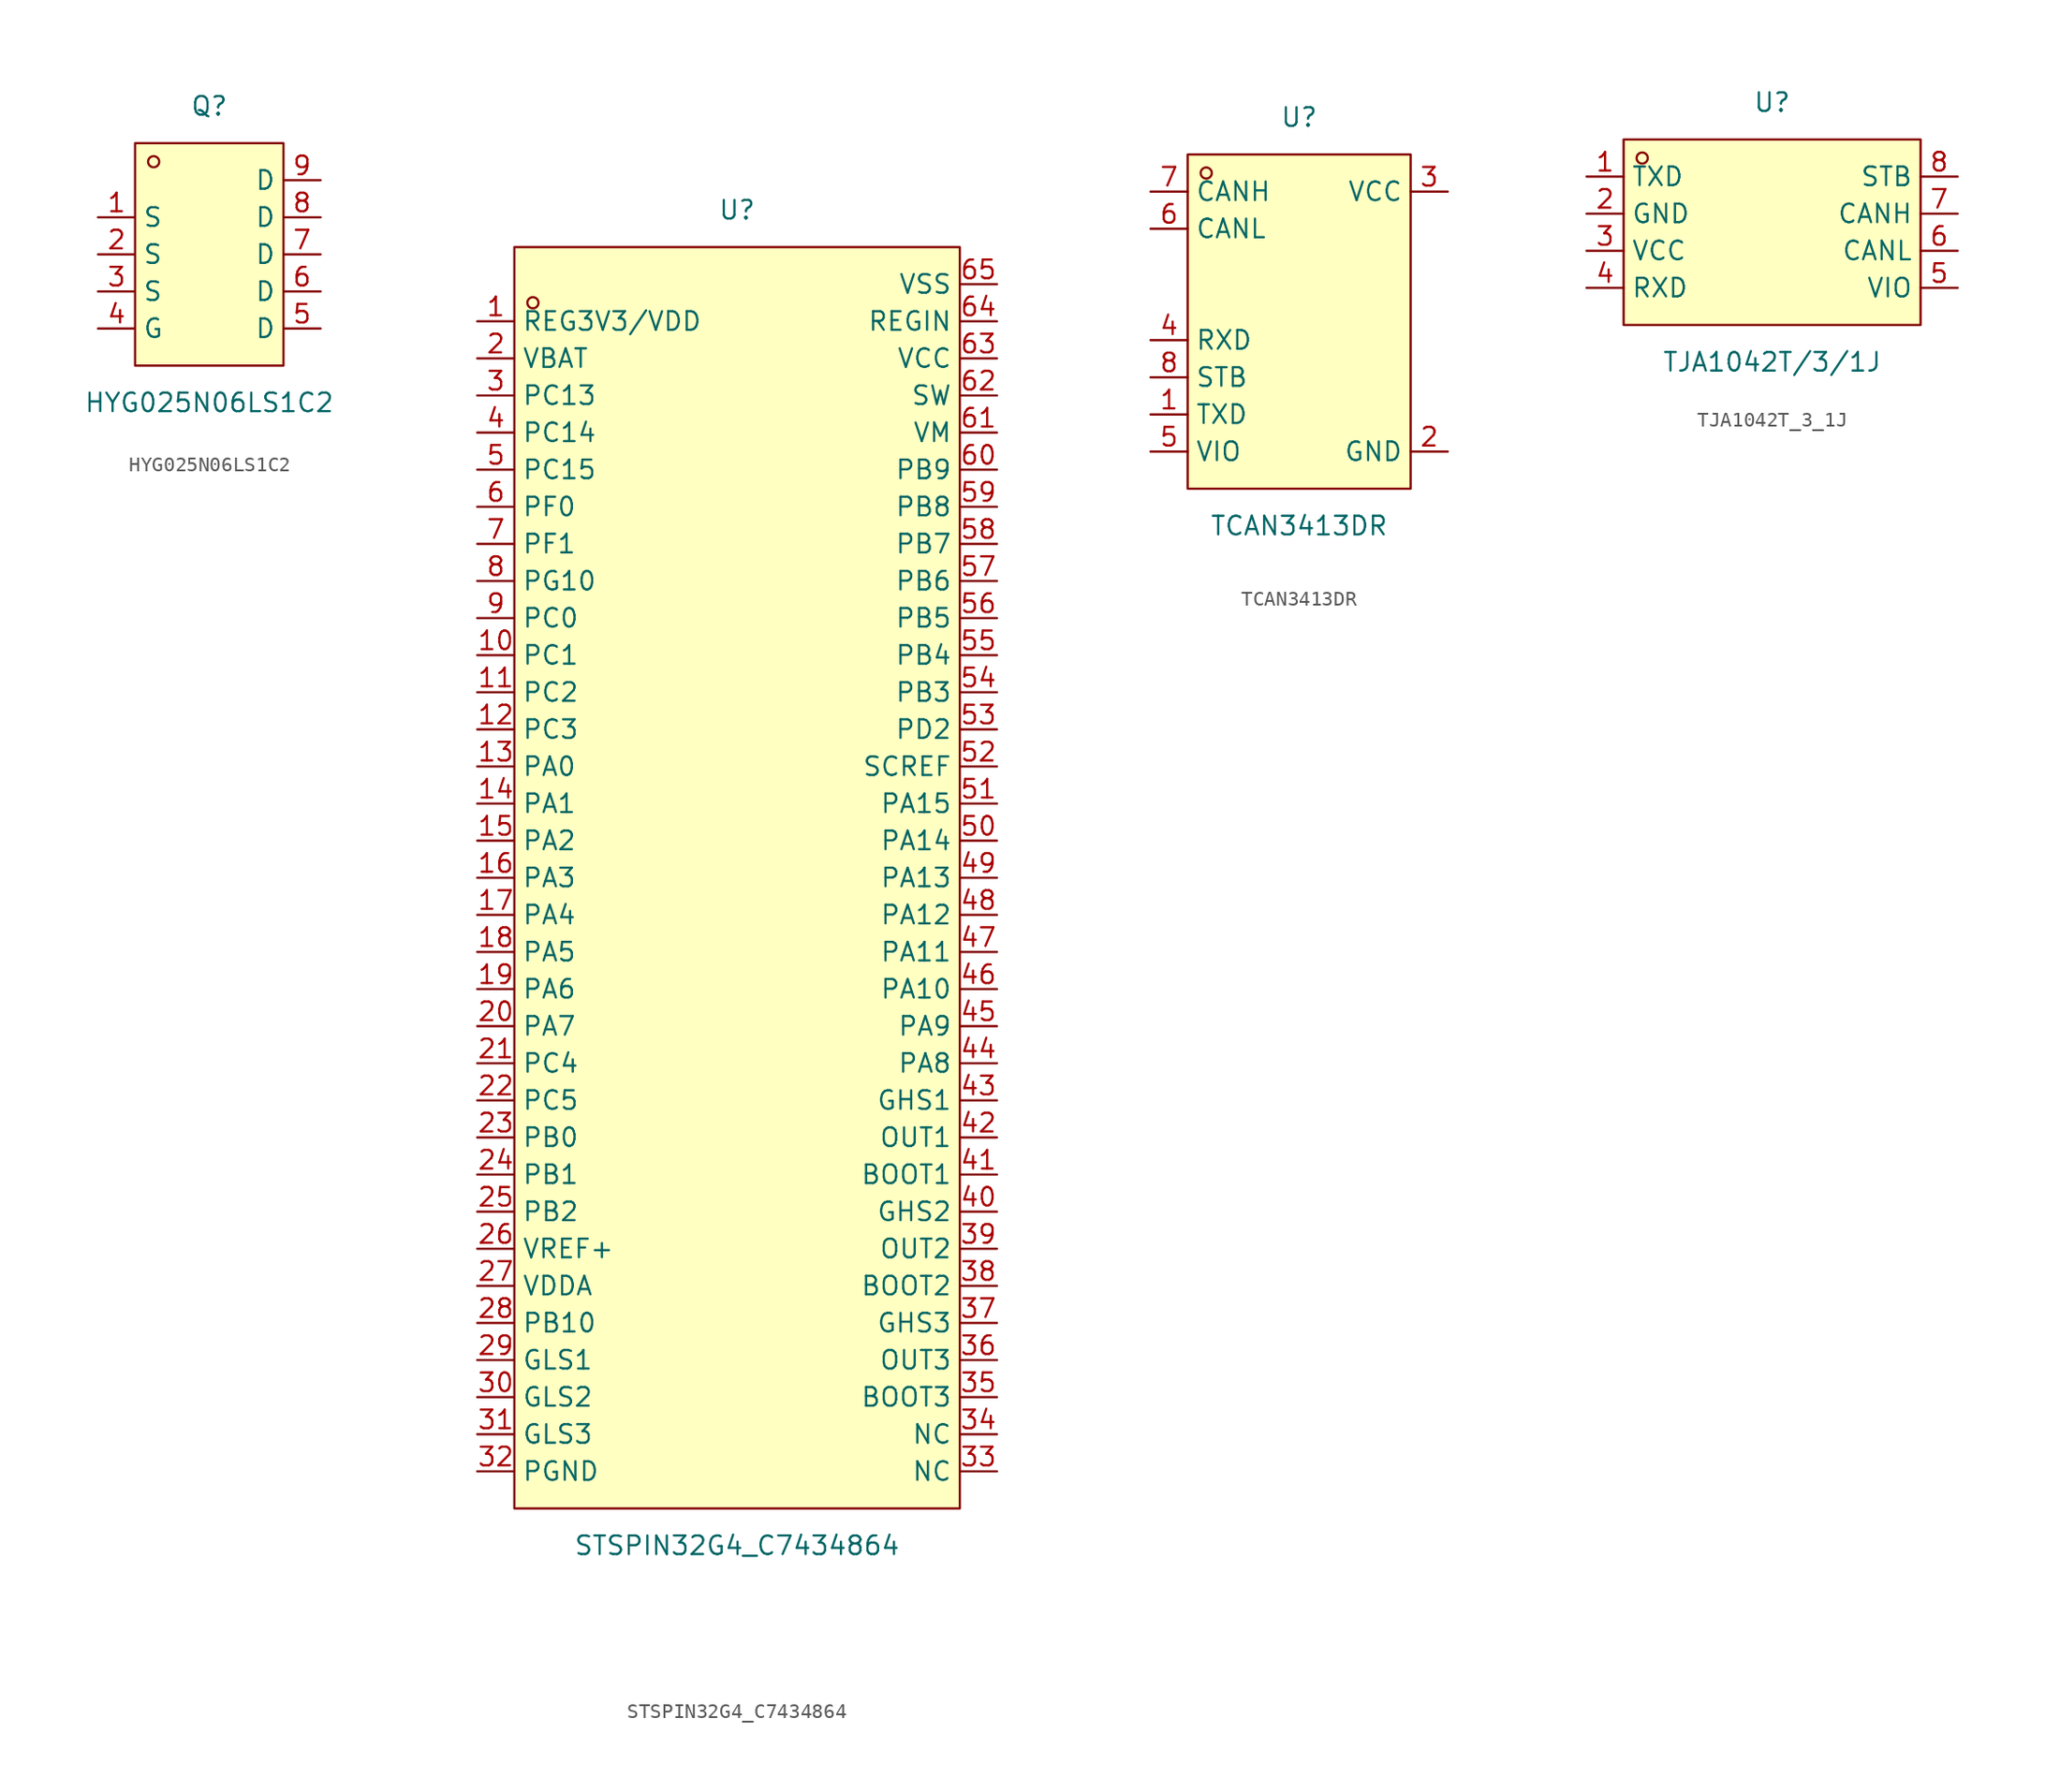
<source format=kicad_sym>
(kicad_symbol_lib
  (version 20211014)
  (generator https://github.com/uPesy/easyeda2kicad.py)
  (symbol "HYG025N06LS1C2"
    (property "Reference" "Q"
      (at 0 10.16 0)
      (effects (font (size 1.27 1.27))))
    (property "Value" "HYG025N06LS1C2"
      (at 0 -10.16 0)
      (effects (font (size 1.27 1.27))))
    (symbol "HYG025N06LS1C2_0_1"
      (rectangle (start -5.08 7.62) (end 5.08 -7.62) (stroke (width 0) (type default) (color 0 0 0 0)) (fill (type background)))
      (circle (center -3.81 6.35) (radius 0.38) (stroke (width 0) (type default) (color 0 0 0 0)) (fill (type none)))
      (pin unspecified line (at 7.62 5.08 180) (length 2.54) (name "D" (effects (font (size 1.27 1.27)))) (number "9" (effects (font (size 1.27 1.27)))))
      (pin unspecified line (at 7.62 2.54 180) (length 2.54) (name "D" (effects (font (size 1.27 1.27)))) (number "8" (effects (font (size 1.27 1.27)))))
      (pin unspecified line (at 7.62 -0.00 180) (length 2.54) (name "D" (effects (font (size 1.27 1.27)))) (number "7" (effects (font (size 1.27 1.27)))))
      (pin unspecified line (at 7.62 -2.54 180) (length 2.54) (name "D" (effects (font (size 1.27 1.27)))) (number "6" (effects (font (size 1.27 1.27)))))
      (pin unspecified line (at 7.62 -5.08 180) (length 2.54) (name "D" (effects (font (size 1.27 1.27)))) (number "5" (effects (font (size 1.27 1.27)))))
      (pin unspecified line (at -7.62 -5.08 0) (length 2.54) (name "G" (effects (font (size 1.27 1.27)))) (number "4" (effects (font (size 1.27 1.27)))))
      (pin unspecified line (at -7.62 -2.54 0) (length 2.54) (name "S" (effects (font (size 1.27 1.27)))) (number "3" (effects (font (size 1.27 1.27)))))
      (pin unspecified line (at -7.62 -0.00 0) (length 2.54) (name "S" (effects (font (size 1.27 1.27)))) (number "2" (effects (font (size 1.27 1.27)))))
      (pin unspecified line (at -7.62 2.54 0) (length 2.54) (name "S" (effects (font (size 1.27 1.27)))) (number "1" (effects (font (size 1.27 1.27)))))))
  (symbol "STSPIN32G4_C7434864"
    (property "Reference" "U"
      (at 0 45.72 0)
      (effects (font (size 1.27 1.27))))
    (property "Value" "STSPIN32G4_C7434864"
      (at 0 -45.72 0)
      (effects (font (size 1.27 1.27))))
    (symbol "STSPIN32G4_C7434864_0_1"
      (rectangle (start -15.24 43.18) (end 15.24 -43.18) (stroke (width 0) (type default) (color 0 0 0 0)) (fill (type background)))
      (circle (center -13.97 39.37) (radius 0.38) (stroke (width 0) (type default) (color 0 0 0 0)) (fill (type none)))
      (pin unspecified line (at -17.78 38.10 0) (length 2.54) (name "REG3V3/VDD" (effects (font (size 1.27 1.27)))) (number "1" (effects (font (size 1.27 1.27)))))
      (pin unspecified line (at -17.78 35.56 0) (length 2.54) (name "VBAT" (effects (font (size 1.27 1.27)))) (number "2" (effects (font (size 1.27 1.27)))))
      (pin unspecified line (at -17.78 33.02 0) (length 2.54) (name "PC13" (effects (font (size 1.27 1.27)))) (number "3" (effects (font (size 1.27 1.27)))))
      (pin unspecified line (at -17.78 30.48 0) (length 2.54) (name "PC14" (effects (font (size 1.27 1.27)))) (number "4" (effects (font (size 1.27 1.27)))))
      (pin unspecified line (at -17.78 27.94 0) (length 2.54) (name "PC15" (effects (font (size 1.27 1.27)))) (number "5" (effects (font (size 1.27 1.27)))))
      (pin unspecified line (at -17.78 25.40 0) (length 2.54) (name "PF0" (effects (font (size 1.27 1.27)))) (number "6" (effects (font (size 1.27 1.27)))))
      (pin unspecified line (at -17.78 22.86 0) (length 2.54) (name "PF1" (effects (font (size 1.27 1.27)))) (number "7" (effects (font (size 1.27 1.27)))))
      (pin unspecified line (at -17.78 20.32 0) (length 2.54) (name "PG10" (effects (font (size 1.27 1.27)))) (number "8" (effects (font (size 1.27 1.27)))))
      (pin unspecified line (at -17.78 17.78 0) (length 2.54) (name "PC0" (effects (font (size 1.27 1.27)))) (number "9" (effects (font (size 1.27 1.27)))))
      (pin unspecified line (at -17.78 15.24 0) (length 2.54) (name "PC1" (effects (font (size 1.27 1.27)))) (number "10" (effects (font (size 1.27 1.27)))))
      (pin unspecified line (at -17.78 12.70 0) (length 2.54) (name "PC2" (effects (font (size 1.27 1.27)))) (number "11" (effects (font (size 1.27 1.27)))))
      (pin unspecified line (at -17.78 10.16 0) (length 2.54) (name "PC3" (effects (font (size 1.27 1.27)))) (number "12" (effects (font (size 1.27 1.27)))))
      (pin unspecified line (at -17.78 7.62 0) (length 2.54) (name "PA0" (effects (font (size 1.27 1.27)))) (number "13" (effects (font (size 1.27 1.27)))))
      (pin unspecified line (at -17.78 5.08 0) (length 2.54) (name "PA1" (effects (font (size 1.27 1.27)))) (number "14" (effects (font (size 1.27 1.27)))))
      (pin unspecified line (at -17.78 2.54 0) (length 2.54) (name "PA2" (effects (font (size 1.27 1.27)))) (number "15" (effects (font (size 1.27 1.27)))))
      (pin unspecified line (at -17.78 -0.00 0) (length 2.54) (name "PA3" (effects (font (size 1.27 1.27)))) (number "16" (effects (font (size 1.27 1.27)))))
      (pin unspecified line (at -17.78 -2.54 0) (length 2.54) (name "PA4" (effects (font (size 1.27 1.27)))) (number "17" (effects (font (size 1.27 1.27)))))
      (pin unspecified line (at -17.78 -5.08 0) (length 2.54) (name "PA5" (effects (font (size 1.27 1.27)))) (number "18" (effects (font (size 1.27 1.27)))))
      (pin unspecified line (at -17.78 -7.62 0) (length 2.54) (name "PA6" (effects (font (size 1.27 1.27)))) (number "19" (effects (font (size 1.27 1.27)))))
      (pin unspecified line (at -17.78 -10.16 0) (length 2.54) (name "PA7" (effects (font (size 1.27 1.27)))) (number "20" (effects (font (size 1.27 1.27)))))
      (pin unspecified line (at -17.78 -12.70 0) (length 2.54) (name "PC4" (effects (font (size 1.27 1.27)))) (number "21" (effects (font (size 1.27 1.27)))))
      (pin unspecified line (at -17.78 -15.24 0) (length 2.54) (name "PC5" (effects (font (size 1.27 1.27)))) (number "22" (effects (font (size 1.27 1.27)))))
      (pin unspecified line (at -17.78 -17.78 0) (length 2.54) (name "PB0" (effects (font (size 1.27 1.27)))) (number "23" (effects (font (size 1.27 1.27)))))
      (pin unspecified line (at -17.78 -20.32 0) (length 2.54) (name "PB1" (effects (font (size 1.27 1.27)))) (number "24" (effects (font (size 1.27 1.27)))))
      (pin unspecified line (at -17.78 -22.86 0) (length 2.54) (name "PB2" (effects (font (size 1.27 1.27)))) (number "25" (effects (font (size 1.27 1.27)))))
      (pin unspecified line (at -17.78 -25.40 0) (length 2.54) (name "VREF+" (effects (font (size 1.27 1.27)))) (number "26" (effects (font (size 1.27 1.27)))))
      (pin unspecified line (at -17.78 -27.94 0) (length 2.54) (name "VDDA" (effects (font (size 1.27 1.27)))) (number "27" (effects (font (size 1.27 1.27)))))
      (pin unspecified line (at -17.78 -30.48 0) (length 2.54) (name "PB10" (effects (font (size 1.27 1.27)))) (number "28" (effects (font (size 1.27 1.27)))))
      (pin unspecified line (at -17.78 -33.02 0) (length 2.54) (name "GLS1" (effects (font (size 1.27 1.27)))) (number "29" (effects (font (size 1.27 1.27)))))
      (pin unspecified line (at -17.78 -35.56 0) (length 2.54) (name "GLS2" (effects (font (size 1.27 1.27)))) (number "30" (effects (font (size 1.27 1.27)))))
      (pin unspecified line (at -17.78 -38.10 0) (length 2.54) (name "GLS3" (effects (font (size 1.27 1.27)))) (number "31" (effects (font (size 1.27 1.27)))))
      (pin unspecified line (at -17.78 -40.64 0) (length 2.54) (name "PGND" (effects (font (size 1.27 1.27)))) (number "32" (effects (font (size 1.27 1.27)))))
      (pin unspecified line (at 17.78 -40.64 180) (length 2.54) (name "NC" (effects (font (size 1.27 1.27)))) (number "33" (effects (font (size 1.27 1.27)))))
      (pin unspecified line (at 17.78 -38.10 180) (length 2.54) (name "NC" (effects (font (size 1.27 1.27)))) (number "34" (effects (font (size 1.27 1.27)))))
      (pin unspecified line (at 17.78 -35.56 180) (length 2.54) (name "BOOT3" (effects (font (size 1.27 1.27)))) (number "35" (effects (font (size 1.27 1.27)))))
      (pin unspecified line (at 17.78 -33.02 180) (length 2.54) (name "OUT3" (effects (font (size 1.27 1.27)))) (number "36" (effects (font (size 1.27 1.27)))))
      (pin unspecified line (at 17.78 -30.48 180) (length 2.54) (name "GHS3" (effects (font (size 1.27 1.27)))) (number "37" (effects (font (size 1.27 1.27)))))
      (pin unspecified line (at 17.78 -27.94 180) (length 2.54) (name "BOOT2" (effects (font (size 1.27 1.27)))) (number "38" (effects (font (size 1.27 1.27)))))
      (pin unspecified line (at 17.78 -25.40 180) (length 2.54) (name "OUT2" (effects (font (size 1.27 1.27)))) (number "39" (effects (font (size 1.27 1.27)))))
      (pin unspecified line (at 17.78 -22.86 180) (length 2.54) (name "GHS2" (effects (font (size 1.27 1.27)))) (number "40" (effects (font (size 1.27 1.27)))))
      (pin unspecified line (at 17.78 -20.32 180) (length 2.54) (name "BOOT1" (effects (font (size 1.27 1.27)))) (number "41" (effects (font (size 1.27 1.27)))))
      (pin unspecified line (at 17.78 -17.78 180) (length 2.54) (name "OUT1" (effects (font (size 1.27 1.27)))) (number "42" (effects (font (size 1.27 1.27)))))
      (pin unspecified line (at 17.78 -15.24 180) (length 2.54) (name "GHS1" (effects (font (size 1.27 1.27)))) (number "43" (effects (font (size 1.27 1.27)))))
      (pin unspecified line (at 17.78 -12.70 180) (length 2.54) (name "PA8" (effects (font (size 1.27 1.27)))) (number "44" (effects (font (size 1.27 1.27)))))
      (pin unspecified line (at 17.78 -10.16 180) (length 2.54) (name "PA9" (effects (font (size 1.27 1.27)))) (number "45" (effects (font (size 1.27 1.27)))))
      (pin unspecified line (at 17.78 -7.62 180) (length 2.54) (name "PA10" (effects (font (size 1.27 1.27)))) (number "46" (effects (font (size 1.27 1.27)))))
      (pin unspecified line (at 17.78 -5.08 180) (length 2.54) (name "PA11" (effects (font (size 1.27 1.27)))) (number "47" (effects (font (size 1.27 1.27)))))
      (pin unspecified line (at 17.78 -2.54 180) (length 2.54) (name "PA12" (effects (font (size 1.27 1.27)))) (number "48" (effects (font (size 1.27 1.27)))))
      (pin unspecified line (at 17.78 -0.00 180) (length 2.54) (name "PA13" (effects (font (size 1.27 1.27)))) (number "49" (effects (font (size 1.27 1.27)))))
      (pin unspecified line (at 17.78 2.54 180) (length 2.54) (name "PA14" (effects (font (size 1.27 1.27)))) (number "50" (effects (font (size 1.27 1.27)))))
      (pin unspecified line (at 17.78 5.08 180) (length 2.54) (name "PA15" (effects (font (size 1.27 1.27)))) (number "51" (effects (font (size 1.27 1.27)))))
      (pin unspecified line (at 17.78 7.62 180) (length 2.54) (name "SCREF" (effects (font (size 1.27 1.27)))) (number "52" (effects (font (size 1.27 1.27)))))
      (pin unspecified line (at 17.78 10.16 180) (length 2.54) (name "PD2" (effects (font (size 1.27 1.27)))) (number "53" (effects (font (size 1.27 1.27)))))
      (pin unspecified line (at 17.78 12.70 180) (length 2.54) (name "PB3" (effects (font (size 1.27 1.27)))) (number "54" (effects (font (size 1.27 1.27)))))
      (pin unspecified line (at 17.78 15.24 180) (length 2.54) (name "PB4" (effects (font (size 1.27 1.27)))) (number "55" (effects (font (size 1.27 1.27)))))
      (pin unspecified line (at 17.78 17.78 180) (length 2.54) (name "PB5" (effects (font (size 1.27 1.27)))) (number "56" (effects (font (size 1.27 1.27)))))
      (pin unspecified line (at 17.78 20.32 180) (length 2.54) (name "PB6" (effects (font (size 1.27 1.27)))) (number "57" (effects (font (size 1.27 1.27)))))
      (pin unspecified line (at 17.78 22.86 180) (length 2.54) (name "PB7" (effects (font (size 1.27 1.27)))) (number "58" (effects (font (size 1.27 1.27)))))
      (pin unspecified line (at 17.78 25.40 180) (length 2.54) (name "PB8" (effects (font (size 1.27 1.27)))) (number "59" (effects (font (size 1.27 1.27)))))
      (pin unspecified line (at 17.78 27.94 180) (length 2.54) (name "PB9" (effects (font (size 1.27 1.27)))) (number "60" (effects (font (size 1.27 1.27)))))
      (pin unspecified line (at 17.78 30.48 180) (length 2.54) (name "VM" (effects (font (size 1.27 1.27)))) (number "61" (effects (font (size 1.27 1.27)))))
      (pin unspecified line (at 17.78 33.02 180) (length 2.54) (name "SW" (effects (font (size 1.27 1.27)))) (number "62" (effects (font (size 1.27 1.27)))))
      (pin unspecified line (at 17.78 35.56 180) (length 2.54) (name "VCC" (effects (font (size 1.27 1.27)))) (number "63" (effects (font (size 1.27 1.27)))))
      (pin unspecified line (at 17.78 38.10 180) (length 2.54) (name "REGIN" (effects (font (size 1.27 1.27)))) (number "64" (effects (font (size 1.27 1.27)))))
      (pin unspecified line (at 17.78 40.64 180) (length 2.54) (name "VSS" (effects (font (size 1.27 1.27)))) (number "65" (effects (font (size 1.27 1.27)))))))
  (symbol "TCAN3413DR"
    (property "Reference" "U"
      (at 0 13.97 0)
      (effects (font (size 1.27 1.27))))
    (property "Value" "TCAN3413DR"
      (at 0 -13.97 0)
      (effects (font (size 1.27 1.27))))
    (symbol "TCAN3413DR_0_1"
      (rectangle (start -7.62 11.43) (end 7.62 -11.43) (stroke (width 0) (type default) (color 0 0 0 0)) (fill (type background)))
      (circle (center -6.35 10.16) (radius 0.38) (stroke (width 0) (type default) (color 0 0 0 0)) (fill (type none)))
      (pin unspecified line (at -10.16 8.89 0) (length 2.54) (name "CANH" (effects (font (size 1.27 1.27)))) (number "7" (effects (font (size 1.27 1.27)))))
      (pin unspecified line (at -10.16 6.35 0) (length 2.54) (name "CANL" (effects (font (size 1.27 1.27)))) (number "6" (effects (font (size 1.27 1.27)))))
      (pin unspecified line (at -10.16 -1.27 0) (length 2.54) (name "RXD" (effects (font (size 1.27 1.27)))) (number "4" (effects (font (size 1.27 1.27)))))
      (pin unspecified line (at -10.16 -3.81 0) (length 2.54) (name "STB" (effects (font (size 1.27 1.27)))) (number "8" (effects (font (size 1.27 1.27)))))
      (pin unspecified line (at -10.16 -6.35 0) (length 2.54) (name "TXD" (effects (font (size 1.27 1.27)))) (number "1" (effects (font (size 1.27 1.27)))))
      (pin unspecified line (at -10.16 -8.89 0) (length 2.54) (name "VIO" (effects (font (size 1.27 1.27)))) (number "5" (effects (font (size 1.27 1.27)))))
      (pin unspecified line (at 10.16 -8.89 180) (length 2.54) (name "GND" (effects (font (size 1.27 1.27)))) (number "2" (effects (font (size 1.27 1.27)))))
      (pin unspecified line (at 10.16 8.89 180) (length 2.54) (name "VCC" (effects (font (size 1.27 1.27)))) (number "3" (effects (font (size 1.27 1.27)))))))
  (symbol "TJA1042T_3_1J"
    (property "Reference" "U"
      (at 0 8.89 0)
      (effects (font (size 1.27 1.27))))
    (property "Value" "TJA1042T/3/1J"
      (at 0 -8.89 0)
      (effects (font (size 1.27 1.27))))
    (symbol "TJA1042T_3_1J_0_1"
      (rectangle (start -10.16 6.35) (end 10.16 -6.35) (stroke (width 0) (type default) (color 0 0 0 0)) (fill (type background)))
      (circle (center -8.89 5.08) (radius 0.38) (stroke (width 0) (type default) (color 0 0 0 0)) (fill (type none)))
      (pin unspecified line (at -12.70 3.81 0) (length 2.54) (name "TXD" (effects (font (size 1.27 1.27)))) (number "1" (effects (font (size 1.27 1.27)))))
      (pin unspecified line (at -12.70 1.27 0) (length 2.54) (name "GND" (effects (font (size 1.27 1.27)))) (number "2" (effects (font (size 1.27 1.27)))))
      (pin unspecified line (at -12.70 -1.27 0) (length 2.54) (name "VCC" (effects (font (size 1.27 1.27)))) (number "3" (effects (font (size 1.27 1.27)))))
      (pin unspecified line (at -12.70 -3.81 0) (length 2.54) (name "RXD" (effects (font (size 1.27 1.27)))) (number "4" (effects (font (size 1.27 1.27)))))
      (pin unspecified line (at 12.70 -3.81 180) (length 2.54) (name "VIO" (effects (font (size 1.27 1.27)))) (number "5" (effects (font (size 1.27 1.27)))))
      (pin unspecified line (at 12.70 -1.27 180) (length 2.54) (name "CANL" (effects (font (size 1.27 1.27)))) (number "6" (effects (font (size 1.27 1.27)))))
      (pin unspecified line (at 12.70 1.27 180) (length 2.54) (name "CANH" (effects (font (size 1.27 1.27)))) (number "7" (effects (font (size 1.27 1.27)))))
      (pin unspecified line (at 12.70 3.81 180) (length 2.54) (name "STB" (effects (font (size 1.27 1.27)))) (number "8" (effects (font (size 1.27 1.27))))))))
</source>
